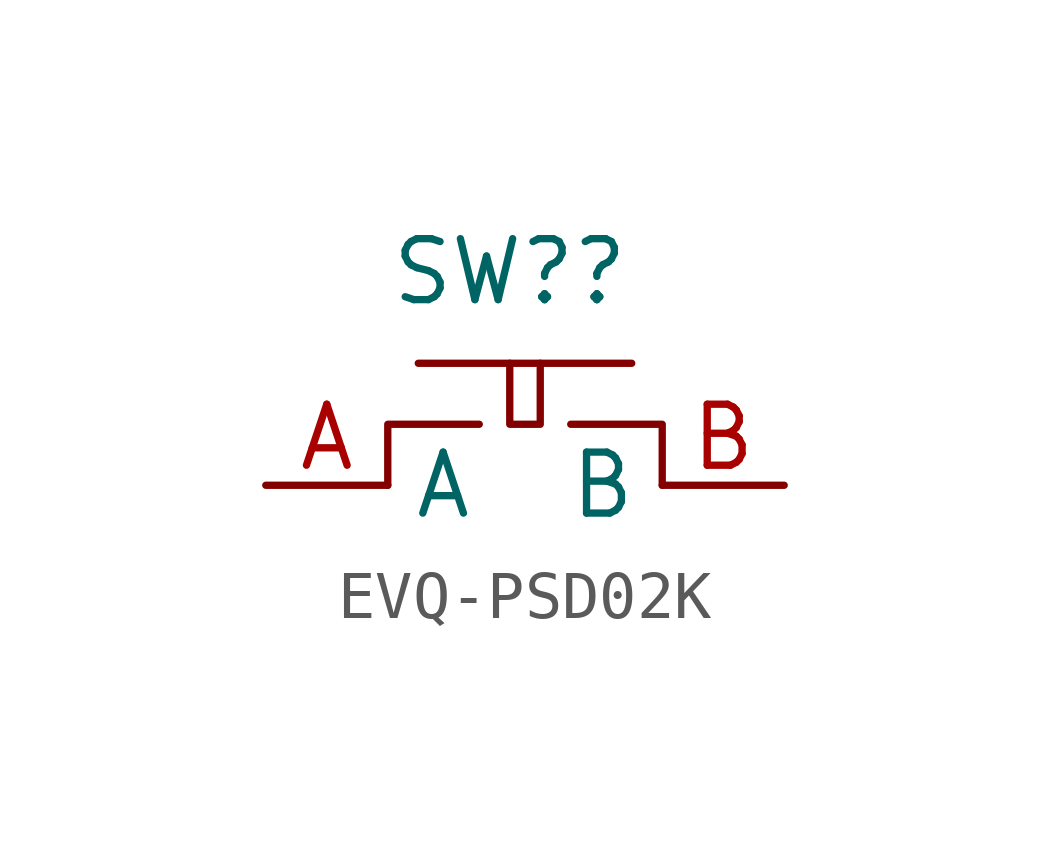
<source format=kicad_sym>
(kicad_symbol_lib
  (version 20220914)
  (generator kicad_symbol_editor)
  (symbol "EVQ-PSD02K"
    (property "Reference" "SW?"
      (at 2.54 0.635 0)
      (effects (font (size 1.27 1.27))))
    (property "Value" ""
      (at 0 0 0)
      (effects (font (size 1.27 1.27))))
    (symbol "EVQ-PSD02K_0_1"
      (polyline (pts (xy 0.635 -1.27) (xy 5.08 -1.27)) (stroke (width 0) (type default)) (fill (type none)))
      (polyline (pts (xy 0 -3.81) (xy 0 -2.54) (xy 1.905 -2.54)) (stroke (width 0) (type default)) (fill (type none)))
      (polyline (pts (xy 3.81 -2.54) (xy 5.715 -2.54) (xy 5.715 -3.81)) (stroke (width 0) (type default)) (fill (type none)))
      (polyline (pts (xy 3.175 -1.27) (xy 3.175 -2.54) (xy 2.54 -2.54) (xy 2.54 -1.27)) (stroke (width 0) (type default)) (fill (type none))))
    (symbol "EVQ-PSD02K_1_1"
      (pin input line (at -2.54 -3.81 0) (length 2.54) (name "A" (effects (font (size 1.27 1.27)))) (number "A" (effects (font (size 1.27 1.27)))))
      (pin input line (at 8.255 -3.81 180) (length 2.54) (name "B" (effects (font (size 1.27 1.27)))) (number "B" (effects (font (size 1.27 1.27))))))))
</source>
